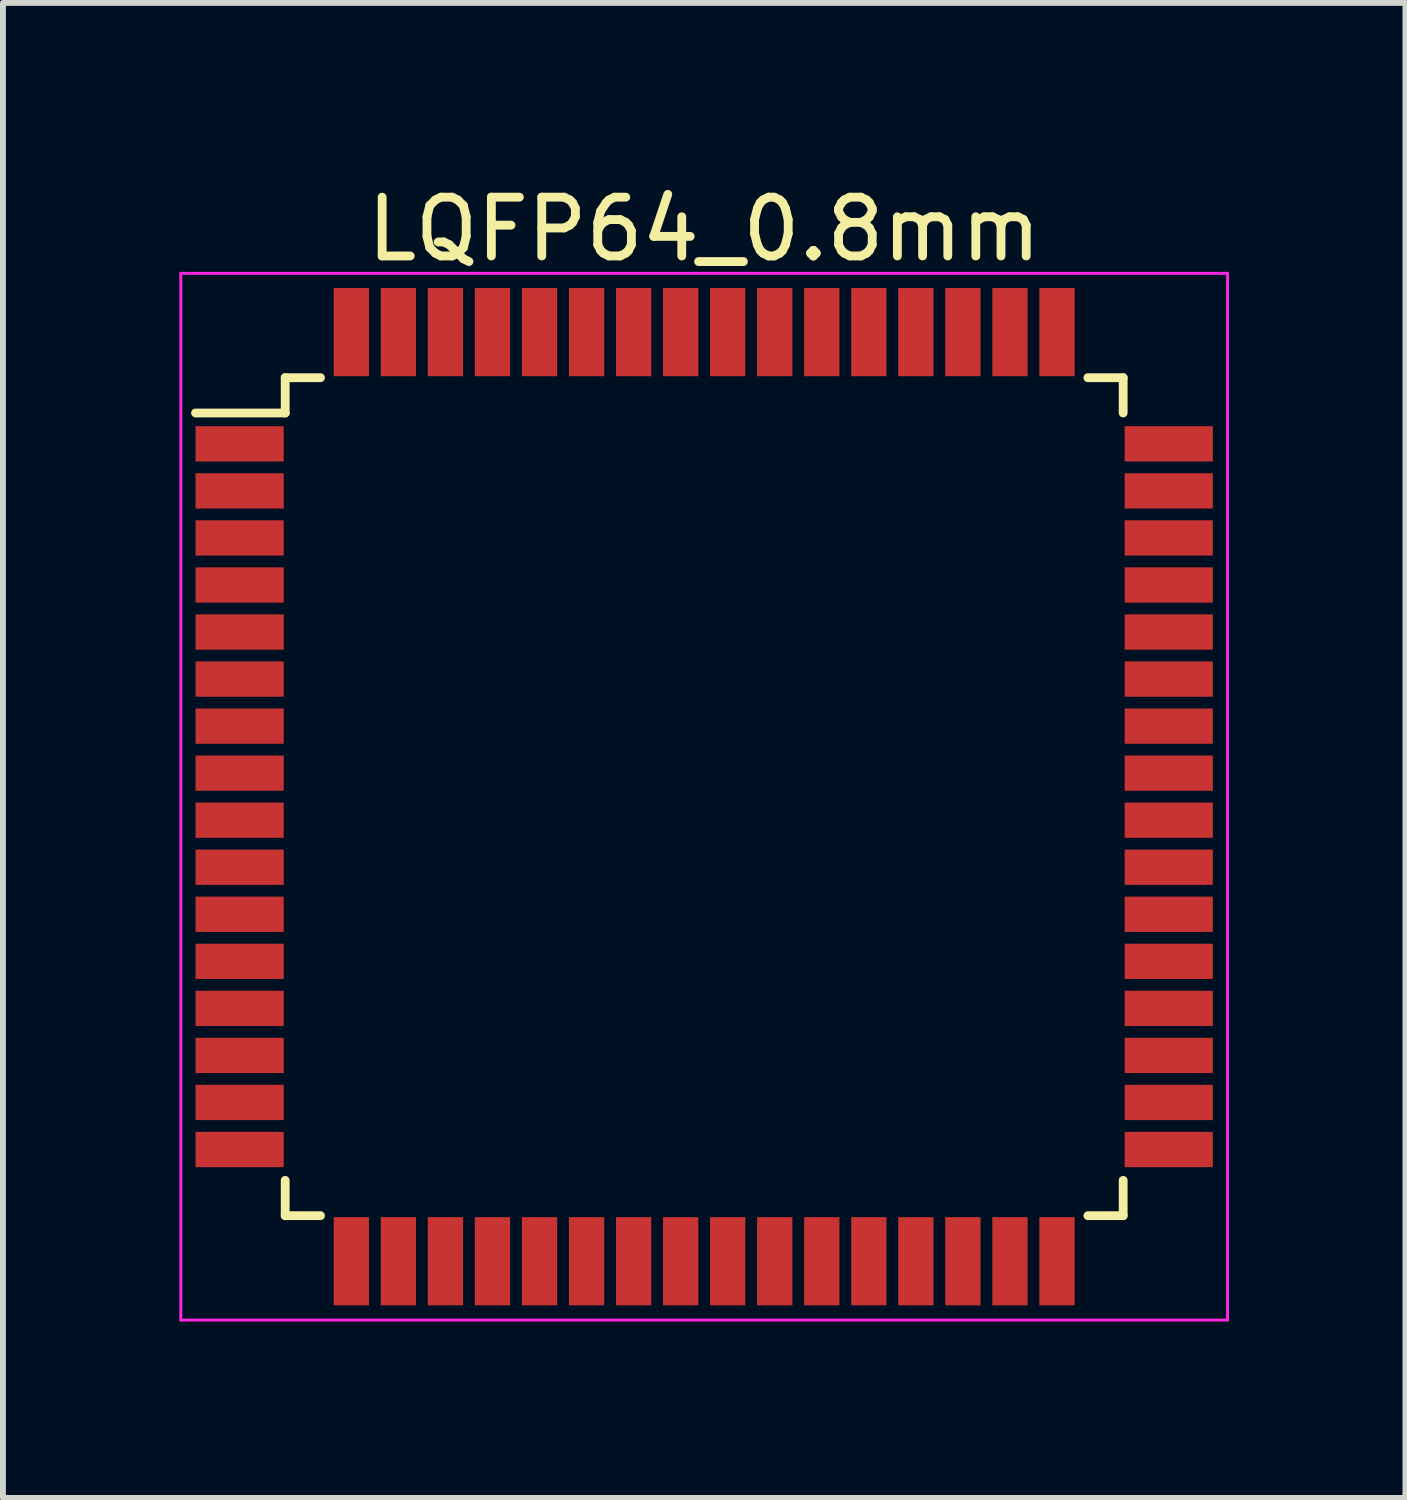
<source format=kicad_pcb>
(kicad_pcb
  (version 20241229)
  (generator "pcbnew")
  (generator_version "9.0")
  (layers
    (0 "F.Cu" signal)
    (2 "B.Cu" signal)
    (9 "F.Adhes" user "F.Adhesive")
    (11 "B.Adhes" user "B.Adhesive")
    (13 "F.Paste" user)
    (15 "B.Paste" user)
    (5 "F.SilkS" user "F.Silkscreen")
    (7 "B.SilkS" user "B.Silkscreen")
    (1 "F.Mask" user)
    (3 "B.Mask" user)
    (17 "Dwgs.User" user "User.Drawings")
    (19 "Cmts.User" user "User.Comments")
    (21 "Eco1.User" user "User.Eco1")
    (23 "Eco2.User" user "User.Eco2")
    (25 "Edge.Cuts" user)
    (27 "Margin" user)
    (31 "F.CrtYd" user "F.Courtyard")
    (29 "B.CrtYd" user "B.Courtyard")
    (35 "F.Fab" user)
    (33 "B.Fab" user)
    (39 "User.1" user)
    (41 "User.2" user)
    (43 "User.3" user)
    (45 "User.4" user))
  (footprint "LQFP64_0.8mm"
    (layer "F.Cu")
    (at 8.925 10.498)
    (property "Reference" "LQFP64_0.8mm" (at 0 -9.65 0) (layer "F.SilkS") (effects (font (size 1 1) (thickness 0.15))))
    (attr smd)
    (fp_line (start -7.125 -7.125) (end -7.125 -6.525) (stroke (width 0.15) (type solid)) (layer "F.SilkS"))
    (fp_line (start -7.125 -7.125) (end -6.525 -7.125) (stroke (width 0.15) (type solid)) (layer "F.SilkS"))
    (fp_line (start -7.125 -6.525) (end -8.65 -6.525) (stroke (width 0.15) (type solid)) (layer "F.SilkS"))
    (fp_line (start -7.125 7.125) (end -7.125 6.525) (stroke (width 0.15) (type solid)) (layer "F.SilkS"))
    (fp_line (start -7.125 7.125) (end -6.525 7.125) (stroke (width 0.15) (type solid)) (layer "F.SilkS"))
    (fp_line (start 7.125 -7.125) (end 6.525 -7.125) (stroke (width 0.15) (type solid)) (layer "F.SilkS"))
    (fp_line (start 7.125 -7.125) (end 7.125 -6.525) (stroke (width 0.15) (type solid)) (layer "F.SilkS"))
    (fp_line (start 7.125 7.125) (end 6.525 7.125) (stroke (width 0.15) (type solid)) (layer "F.SilkS"))
    (fp_line (start 7.125 7.125) (end 7.125 6.525) (stroke (width 0.15) (type solid)) (layer "F.SilkS"))
    (fp_line (start -8.9 -8.9) (end -8.9 8.9) (stroke (width 0.05) (type solid)) (layer "F.CrtYd"))
    (fp_line (start -8.9 -8.9) (end 8.9 -8.9) (stroke (width 0.05) (type solid)) (layer "F.CrtYd"))
    (fp_line (start -8.9 8.9) (end 8.9 8.9) (stroke (width 0.05) (type solid)) (layer "F.CrtYd"))
    (fp_line (start 8.9 -8.9) (end 8.9 8.9) (stroke (width 0.05) (type solid)) (layer "F.CrtYd"))
    (pad "1" smd rect (at -7.9 -6) (size 1.5 0.6) (layers "F.Cu" "F.Mask" "F.Paste"))
    (pad "2" smd rect (at -7.9 -5.2) (size 1.5 0.6) (layers "F.Cu" "F.Mask" "F.Paste"))
    (pad "3" smd rect (at -7.9 -4.4) (size 1.5 0.6) (layers "F.Cu" "F.Mask" "F.Paste"))
    (pad "4" smd rect (at -7.9 -3.6) (size 1.5 0.6) (layers "F.Cu" "F.Mask" "F.Paste"))
    (pad "5" smd rect (at -7.9 -2.8) (size 1.5 0.6) (layers "F.Cu" "F.Mask" "F.Paste"))
    (pad "6" smd rect (at -7.9 -2) (size 1.5 0.6) (layers "F.Cu" "F.Mask" "F.Paste"))
    (pad "7" smd rect (at -7.9 -1.2) (size 1.5 0.6) (layers "F.Cu" "F.Mask" "F.Paste"))
    (pad "8" smd rect (at -7.9 -0.4) (size 1.5 0.6) (layers "F.Cu" "F.Mask" "F.Paste"))
    (pad "9" smd rect (at -7.9 0.4) (size 1.5 0.6) (layers "F.Cu" "F.Mask" "F.Paste"))
    (pad "10" smd rect (at -7.9 1.2) (size 1.5 0.6) (layers "F.Cu" "F.Mask" "F.Paste"))
    (pad "11" smd rect (at -7.9 2) (size 1.5 0.6) (layers "F.Cu" "F.Mask" "F.Paste"))
    (pad "12" smd rect (at -7.9 2.8) (size 1.5 0.6) (layers "F.Cu" "F.Mask" "F.Paste"))
    (pad "13" smd rect (at -7.9 3.6) (size 1.5 0.6) (layers "F.Cu" "F.Mask" "F.Paste"))
    (pad "14" smd rect (at -7.9 4.4) (size 1.5 0.6) (layers "F.Cu" "F.Mask" "F.Paste"))
    (pad "15" smd rect (at -7.9 5.2) (size 1.5 0.6) (layers "F.Cu" "F.Mask" "F.Paste"))
    (pad "16" smd rect (at -7.9 6) (size 1.5 0.6) (layers "F.Cu" "F.Mask" "F.Paste"))
    (pad "17" smd rect (at -6 7.9 90) (size 1.5 0.6) (layers "F.Cu" "F.Mask" "F.Paste"))
    (pad "18" smd rect (at -5.2 7.9 90) (size 1.5 0.6) (layers "F.Cu" "F.Mask" "F.Paste"))
    (pad "19" smd rect (at -4.4 7.9 90) (size 1.5 0.6) (layers "F.Cu" "F.Mask" "F.Paste"))
    (pad "20" smd rect (at -3.6 7.9 90) (size 1.5 0.6) (layers "F.Cu" "F.Mask" "F.Paste"))
    (pad "21" smd rect (at -2.8 7.9 90) (size 1.5 0.6) (layers "F.Cu" "F.Mask" "F.Paste"))
    (pad "22" smd rect (at -2 7.9 90) (size 1.5 0.6) (layers "F.Cu" "F.Mask" "F.Paste"))
    (pad "23" smd rect (at -1.2 7.9 90) (size 1.5 0.6) (layers "F.Cu" "F.Mask" "F.Paste"))
    (pad "24" smd rect (at -0.4 7.9 90) (size 1.5 0.6) (layers "F.Cu" "F.Mask" "F.Paste"))
    (pad "25" smd rect (at 0.4 7.9 90) (size 1.5 0.6) (layers "F.Cu" "F.Mask" "F.Paste"))
    (pad "26" smd rect (at 1.2 7.9 90) (size 1.5 0.6) (layers "F.Cu" "F.Mask" "F.Paste"))
    (pad "27" smd rect (at 2 7.9 90) (size 1.5 0.6) (layers "F.Cu" "F.Mask" "F.Paste"))
    (pad "28" smd rect (at 2.8 7.9 90) (size 1.5 0.6) (layers "F.Cu" "F.Mask" "F.Paste"))
    (pad "29" smd rect (at 3.6 7.9 90) (size 1.5 0.6) (layers "F.Cu" "F.Mask" "F.Paste"))
    (pad "30" smd rect (at 4.4 7.9 90) (size 1.5 0.6) (layers "F.Cu" "F.Mask" "F.Paste"))
    (pad "31" smd rect (at 5.2 7.9 90) (size 1.5 0.6) (layers "F.Cu" "F.Mask" "F.Paste"))
    (pad "32" smd rect (at 6 7.9 90) (size 1.5 0.6) (layers "F.Cu" "F.Mask" "F.Paste"))
    (pad "33" smd rect (at 7.9 6) (size 1.5 0.6) (layers "F.Cu" "F.Mask" "F.Paste"))
    (pad "34" smd rect (at 7.9 5.2) (size 1.5 0.6) (layers "F.Cu" "F.Mask" "F.Paste"))
    (pad "35" smd rect (at 7.9 4.4) (size 1.5 0.6) (layers "F.Cu" "F.Mask" "F.Paste"))
    (pad "36" smd rect (at 7.9 3.6) (size 1.5 0.6) (layers "F.Cu" "F.Mask" "F.Paste"))
    (pad "37" smd rect (at 7.9 2.8) (size 1.5 0.6) (layers "F.Cu" "F.Mask" "F.Paste"))
    (pad "38" smd rect (at 7.9 2) (size 1.5 0.6) (layers "F.Cu" "F.Mask" "F.Paste"))
    (pad "39" smd rect (at 7.9 1.2) (size 1.5 0.6) (layers "F.Cu" "F.Mask" "F.Paste"))
    (pad "40" smd rect (at 7.9 0.4) (size 1.5 0.6) (layers "F.Cu" "F.Mask" "F.Paste"))
    (pad "41" smd rect (at 7.9 -0.4) (size 1.5 0.6) (layers "F.Cu" "F.Mask" "F.Paste"))
    (pad "42" smd rect (at 7.9 -1.2) (size 1.5 0.6) (layers "F.Cu" "F.Mask" "F.Paste"))
    (pad "43" smd rect (at 7.9 -2) (size 1.5 0.6) (layers "F.Cu" "F.Mask" "F.Paste"))
    (pad "44" smd rect (at 7.9 -2.8) (size 1.5 0.6) (layers "F.Cu" "F.Mask" "F.Paste"))
    (pad "45" smd rect (at 7.9 -3.6) (size 1.5 0.6) (layers "F.Cu" "F.Mask" "F.Paste"))
    (pad "46" smd rect (at 7.9 -4.4) (size 1.5 0.6) (layers "F.Cu" "F.Mask" "F.Paste"))
    (pad "47" smd rect (at 7.9 -5.2) (size 1.5 0.6) (layers "F.Cu" "F.Mask" "F.Paste"))
    (pad "48" smd rect (at 7.9 -6) (size 1.5 0.6) (layers "F.Cu" "F.Mask" "F.Paste"))
    (pad "49" smd rect (at 6 -7.9 90) (size 1.5 0.6) (layers "F.Cu" "F.Mask" "F.Paste"))
    (pad "50" smd rect (at 5.2 -7.9 90) (size 1.5 0.6) (layers "F.Cu" "F.Mask" "F.Paste"))
    (pad "51" smd rect (at 4.4 -7.9 90) (size 1.5 0.6) (layers "F.Cu" "F.Mask" "F.Paste"))
    (pad "52" smd rect (at 3.6 -7.9 90) (size 1.5 0.6) (layers "F.Cu" "F.Mask" "F.Paste"))
    (pad "53" smd rect (at 2.8 -7.9 90) (size 1.5 0.6) (layers "F.Cu" "F.Mask" "F.Paste"))
    (pad "54" smd rect (at 2 -7.9 90) (size 1.5 0.6) (layers "F.Cu" "F.Mask" "F.Paste"))
    (pad "55" smd rect (at 1.2 -7.9 90) (size 1.5 0.6) (layers "F.Cu" "F.Mask" "F.Paste"))
    (pad "56" smd rect (at 0.4 -7.9 90) (size 1.5 0.6) (layers "F.Cu" "F.Mask" "F.Paste"))
    (pad "57" smd rect (at -0.4 -7.9 90) (size 1.5 0.6) (layers "F.Cu" "F.Mask" "F.Paste"))
    (pad "58" smd rect (at -1.2 -7.9 90) (size 1.5 0.6) (layers "F.Cu" "F.Mask" "F.Paste"))
    (pad "59" smd rect (at -2 -7.9 90) (size 1.5 0.6) (layers "F.Cu" "F.Mask" "F.Paste"))
    (pad "60" smd rect (at -2.8 -7.9 90) (size 1.5 0.6) (layers "F.Cu" "F.Mask" "F.Paste"))
    (pad "61" smd rect (at -3.6 -7.9 90) (size 1.5 0.6) (layers "F.Cu" "F.Mask" "F.Paste"))
    (pad "62" smd rect (at -4.4 -7.9 90) (size 1.5 0.6) (layers "F.Cu" "F.Mask" "F.Paste"))
    (pad "63" smd rect (at -5.2 -7.9 90) (size 1.5 0.6) (layers "F.Cu" "F.Mask" "F.Paste"))
    (pad "64" smd rect (at -6 -7.9 90) (size 1.5 0.6) (layers "F.Cu" "F.Mask" "F.Paste")))
  (gr_rect
    (start -3 -3)
    (end 20.85 22.423)
    (stroke (width 0.1) (type default))
    (fill no)
    (layer "Edge.Cuts")))
</source>
